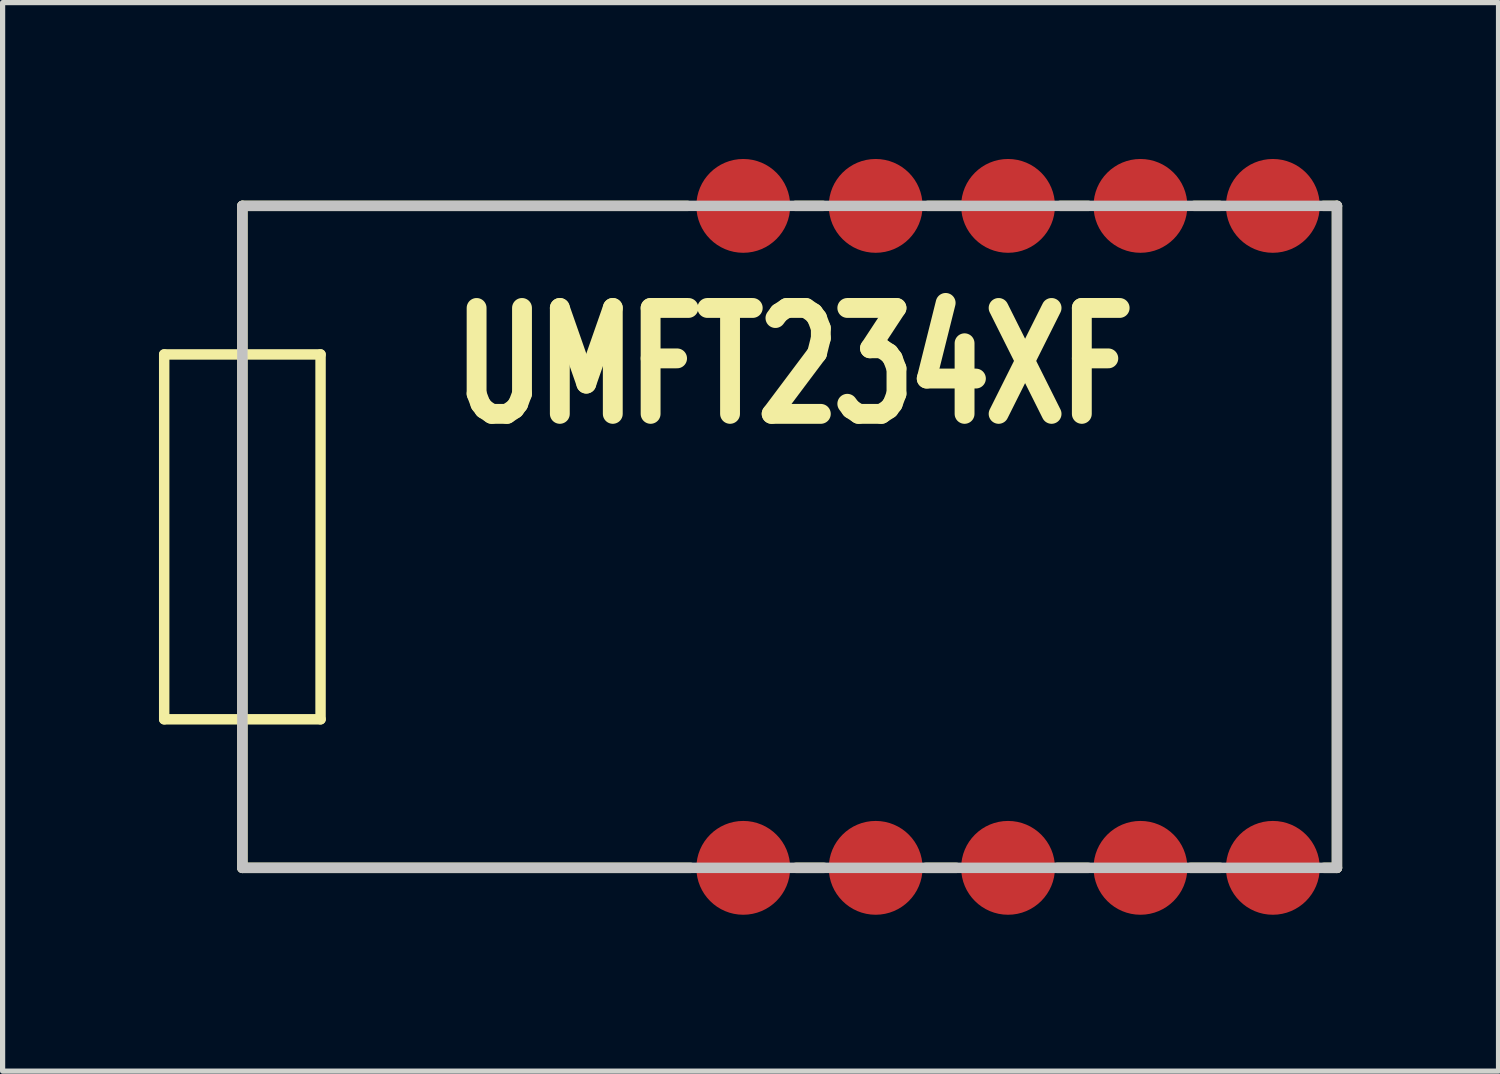
<source format=kicad_pcb>
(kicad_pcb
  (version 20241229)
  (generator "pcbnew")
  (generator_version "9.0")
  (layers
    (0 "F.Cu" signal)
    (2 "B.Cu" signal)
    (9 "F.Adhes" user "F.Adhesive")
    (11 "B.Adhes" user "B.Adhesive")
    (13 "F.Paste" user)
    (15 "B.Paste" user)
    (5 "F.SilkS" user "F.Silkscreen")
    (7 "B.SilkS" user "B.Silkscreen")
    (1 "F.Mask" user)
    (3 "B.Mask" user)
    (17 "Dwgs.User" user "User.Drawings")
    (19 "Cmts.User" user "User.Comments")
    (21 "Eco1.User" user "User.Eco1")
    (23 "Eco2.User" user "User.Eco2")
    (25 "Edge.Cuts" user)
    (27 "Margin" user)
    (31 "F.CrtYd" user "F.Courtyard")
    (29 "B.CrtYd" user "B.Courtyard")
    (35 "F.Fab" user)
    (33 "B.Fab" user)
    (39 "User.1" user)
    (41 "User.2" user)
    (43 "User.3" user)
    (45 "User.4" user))
  (footprint "UMFT234XF"
    (layer "F.Cu")
    (at 12.1 7.25)
    (property "Reference" "UMFT234XF" (at 0.09 -3.28 0) (layer "F.SilkS") (effects (font (size 2.032 1.524) (thickness 0.381))))
    (attr through_hole)
    (fp_line (start -12 -3.5) (end -12 3.5) (stroke (width 0.2) (type solid)) (layer "F.SilkS"))
    (fp_line (start -12 3.5) (end -9 3.5) (stroke (width 0.2) (type solid)) (layer "F.SilkS"))
    (fp_line (start -10.5 -6.35) (end -10.5 6.35) (stroke (width 0.2) (type solid)) (layer "F.SilkS"))
    (fp_line (start -10.5 6.35) (end -1.9 6.35) (stroke (width 0.2) (type solid)) (layer "F.SilkS"))
    (fp_line (start -9 -3.5) (end -12 -3.5) (stroke (width 0.2) (type solid)) (layer "F.SilkS"))
    (fp_line (start -9 3.5) (end -9 -3.5) (stroke (width 0.2) (type solid)) (layer "F.SilkS"))
    (fp_line (start -1.96 -6.35) (end -10.5 -6.35) (stroke (width 0.2) (type solid)) (layer "F.SilkS"))
    (fp_line (start 0.12 6.35) (end 0.66 6.35) (stroke (width 0.2) (type solid)) (layer "F.SilkS"))
    (fp_line (start 0.64 -6.35) (end 0.11 -6.35) (stroke (width 0.2) (type solid)) (layer "F.SilkS"))
    (fp_line (start 2.61 6.35) (end 3.2 6.35) (stroke (width 0.2) (type solid)) (layer "F.SilkS"))
    (fp_line (start 3.28 -6.35) (end 2.65 -6.35) (stroke (width 0.2) (type solid)) (layer "F.SilkS"))
    (fp_line (start 5.13 6.35) (end 5.73 6.35) (stroke (width 0.2) (type solid)) (layer "F.SilkS"))
    (fp_line (start 5.73 -6.35) (end 5.19 -6.35) (stroke (width 0.2) (type solid)) (layer "F.SilkS"))
    (fp_line (start 7.69 6.35) (end 8.26 6.35) (stroke (width 0.2) (type solid)) (layer "F.SilkS"))
    (fp_line (start 8.25 -6.35) (end 7.76 -6.35) (stroke (width 0.2) (type solid)) (layer "F.SilkS"))
    (fp_line (start 10.25 6.35) (end 10.5 6.35) (stroke (width 0.2) (type solid)) (layer "F.SilkS"))
    (fp_line (start 10.5 -6.35) (end 10.24 -6.35) (stroke (width 0.2) (type solid)) (layer "F.SilkS"))
    (fp_line (start 10.5 6.35) (end 10.5 -6.35) (stroke (width 0.2) (type solid)) (layer "F.SilkS"))
    (fp_line (start -10.5 -6.35) (end 10.5 -6.35) (stroke (width 0.2) (type solid)) (layer "Dwgs.User"))
    (fp_line (start -10.5 6.35) (end -10.5 -6.35) (stroke (width 0.2) (type solid)) (layer "Dwgs.User"))
    (fp_line (start 10.5 -6.35) (end 10.5 6.35) (stroke (width 0.2) (type solid)) (layer "Dwgs.User"))
    (fp_line (start 10.5 6.35) (end -10.5 6.35) (stroke (width 0.2) (type solid)) (layer "Dwgs.User"))
    (pad "1" smd oval (at -0.89 6.35) (size 1.8 1.8) (layers "F.Cu" "F.Mask" "F.Paste"))
    (pad "2" smd oval (at 1.65 6.35) (size 1.8 1.8) (layers "F.Cu" "F.Mask" "F.Paste"))
    (pad "3" smd oval (at 4.19 6.35) (size 1.8 1.8) (layers "F.Cu" "F.Mask" "F.Paste"))
    (pad "4" smd oval (at 6.73 6.35) (size 1.8 1.8) (layers "F.Cu" "F.Mask" "F.Paste"))
    (pad "5" smd oval (at 9.27 6.35) (size 1.8 1.8) (layers "F.Cu" "F.Mask" "F.Paste"))
    (pad "6" smd oval (at 9.27 -6.35) (size 1.8 1.8) (layers "F.Cu" "F.Mask" "F.Paste"))
    (pad "7" smd oval (at 6.73 -6.35) (size 1.8 1.8) (layers "F.Cu" "F.Mask" "F.Paste"))
    (pad "8" smd oval (at 4.19 -6.35) (size 1.8 1.8) (layers "F.Cu" "F.Mask" "F.Paste"))
    (pad "9" smd oval (at 1.65 -6.35) (size 1.8 1.8) (layers "F.Cu" "F.Mask" "F.Paste"))
    (pad "10" smd oval (at -0.89 -6.35) (size 1.8 1.8) (layers "F.Cu" "F.Mask" "F.Paste")))
  (gr_rect
    (start -3 -3)
    (end 25.7 17.5)
    (stroke (width 0.1) (type default))
    (fill no)
    (layer "Edge.Cuts")))
</source>
